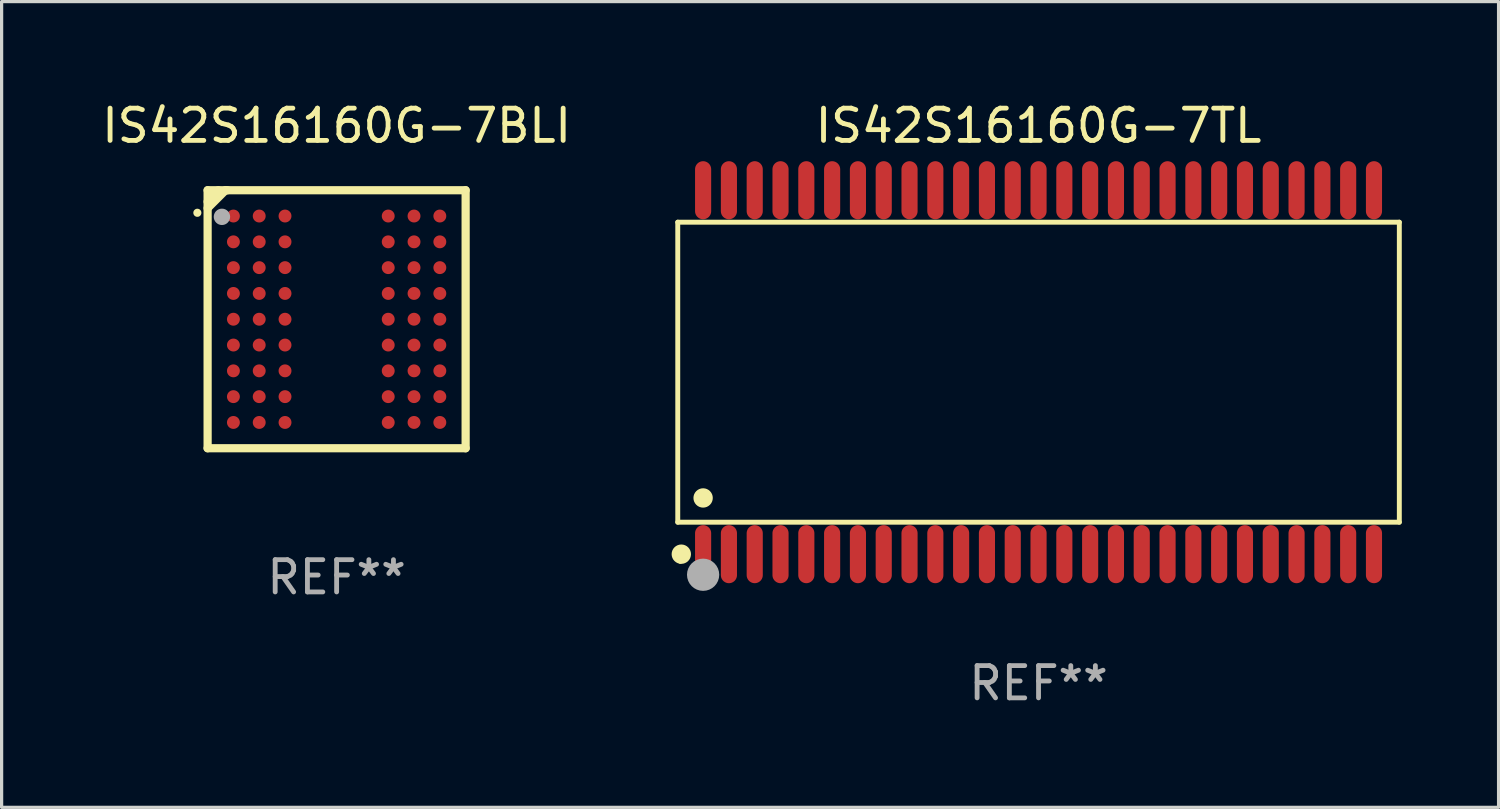
<source format=kicad_pcb>
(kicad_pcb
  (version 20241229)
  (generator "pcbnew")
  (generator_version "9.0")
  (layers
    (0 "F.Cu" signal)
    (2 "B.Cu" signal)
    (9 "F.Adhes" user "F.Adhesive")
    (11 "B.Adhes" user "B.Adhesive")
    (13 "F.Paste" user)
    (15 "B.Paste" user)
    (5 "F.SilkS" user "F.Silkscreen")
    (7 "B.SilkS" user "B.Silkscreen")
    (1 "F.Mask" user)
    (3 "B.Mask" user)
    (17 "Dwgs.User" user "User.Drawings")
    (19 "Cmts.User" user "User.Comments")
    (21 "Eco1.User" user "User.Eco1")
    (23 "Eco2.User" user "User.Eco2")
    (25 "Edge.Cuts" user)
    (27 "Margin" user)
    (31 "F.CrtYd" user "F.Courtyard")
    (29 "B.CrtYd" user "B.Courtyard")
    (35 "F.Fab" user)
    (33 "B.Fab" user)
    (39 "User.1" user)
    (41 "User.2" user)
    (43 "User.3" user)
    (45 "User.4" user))
  (footprint "IS42S16160G-7BLI"
    (layer "F.Cu")
    (at 7.387 6.848)
    (property "Reference" "IS42S16160G-7BLI" (at 0 -6 0) (layer "F.SilkS") (effects (font (size 1 1) (thickness 0.15))))
    (attr through_hole)
    (fp_line (start -4 -4) (end 4 -4) (stroke (width 0.254) (type solid)) (layer "F.SilkS"))
    (fp_line (start -4 4) (end -4 -4) (stroke (width 0.254) (type solid)) (layer "F.SilkS"))
    (fp_line (start -3.67 -4) (end -3.67 -3.975) (stroke (width 0.254) (type solid)) (layer "F.SilkS"))
    (fp_line (start -3.67 -3.975) (end -4 -3.645) (stroke (width 0.254) (type solid)) (layer "F.SilkS"))
    (fp_line (start -3.444 -4) (end -4 -3.444) (stroke (width 0.254) (type solid)) (layer "F.SilkS"))
    (fp_line (start -3.383 -4) (end -3.444 -4) (stroke (width 0.254) (type solid)) (layer "F.SilkS"))
    (fp_line (start 4 -4) (end 4 4) (stroke (width 0.254) (type solid)) (layer "F.SilkS"))
    (fp_line (start 4 4) (end -4 4) (stroke (width 0.254) (type solid)) (layer "F.SilkS"))
    (fp_arc (start -4.318009 -3.299467) (mid -4.318015 -3.300737) (end -4.318009 -3.302007) (stroke (width 0.25) (type solid)) (layer "F.SilkS"))
    (fp_circle (center -4 -4) (end -3.97 -4) (stroke (width 0.06) (type solid)) (fill no) (layer "F.SilkS"))
    (fp_circle (center -3.556 -3.175) (end -3.429 -3.175) (stroke (width 0.254) (type solid)) (fill no) (layer "F.Fab"))
    (fp_text user "REF**" (at 0 8 0) (layer "F.Fab") (effects (font (size 1 1) (thickness 0.15))))
    (pad "A1" smd circle (at -3.2 -3.2) (size 0.4 0.4) (layers "F.Cu" "F.Mask" "F.Paste"))
    (pad "A2" smd circle (at -2.4 -3.2) (size 0.4 0.4) (layers "F.Cu" "F.Mask" "F.Paste"))
    (pad "A3" smd circle (at -1.6 -3.2) (size 0.4 0.4) (layers "F.Cu" "F.Mask" "F.Paste"))
    (pad "A7" smd circle (at 1.6 -3.2) (size 0.4 0.4) (layers "F.Cu" "F.Mask" "F.Paste"))
    (pad "A8" smd circle (at 2.4 -3.2) (size 0.4 0.4) (layers "F.Cu" "F.Mask" "F.Paste"))
    (pad "A9" smd circle (at 3.2 -3.2) (size 0.4 0.4) (layers "F.Cu" "F.Mask" "F.Paste"))
    (pad "B1" smd circle (at -3.2 -2.4) (size 0.4 0.4) (layers "F.Cu" "F.Mask" "F.Paste"))
    (pad "B2" smd circle (at -2.4 -2.4) (size 0.4 0.4) (layers "F.Cu" "F.Mask" "F.Paste"))
    (pad "B3" smd circle (at -1.6 -2.4) (size 0.4 0.4) (layers "F.Cu" "F.Mask" "F.Paste"))
    (pad "B7" smd circle (at 1.6 -2.4) (size 0.4 0.4) (layers "F.Cu" "F.Mask" "F.Paste"))
    (pad "B8" smd circle (at 2.4 -2.4) (size 0.4 0.4) (layers "F.Cu" "F.Mask" "F.Paste"))
    (pad "B9" smd circle (at 3.2 -2.4) (size 0.4 0.4) (layers "F.Cu" "F.Mask" "F.Paste"))
    (pad "C1" smd circle (at -3.2 -1.6) (size 0.4 0.4) (layers "F.Cu" "F.Mask" "F.Paste"))
    (pad "C2" smd circle (at -2.4 -1.6) (size 0.4 0.4) (layers "F.Cu" "F.Mask" "F.Paste"))
    (pad "C3" smd circle (at -1.6 -1.6) (size 0.4 0.4) (layers "F.Cu" "F.Mask" "F.Paste"))
    (pad "C7" smd circle (at 1.6 -1.6) (size 0.4 0.4) (layers "F.Cu" "F.Mask" "F.Paste"))
    (pad "C8" smd circle (at 2.4 -1.6) (size 0.4 0.4) (layers "F.Cu" "F.Mask" "F.Paste"))
    (pad "C9" smd circle (at 3.2 -1.6) (size 0.4 0.4) (layers "F.Cu" "F.Mask" "F.Paste"))
    (pad "D1" smd circle (at -3.2 -0.8) (size 0.4 0.4) (layers "F.Cu" "F.Mask" "F.Paste"))
    (pad "D2" smd circle (at -2.4 -0.8) (size 0.4 0.4) (layers "F.Cu" "F.Mask" "F.Paste"))
    (pad "D3" smd circle (at -1.6 -0.8) (size 0.4 0.4) (layers "F.Cu" "F.Mask" "F.Paste"))
    (pad "D7" smd circle (at 1.6 -0.8) (size 0.4 0.4) (layers "F.Cu" "F.Mask" "F.Paste"))
    (pad "D8" smd circle (at 2.4 -0.8) (size 0.4 0.4) (layers "F.Cu" "F.Mask" "F.Paste"))
    (pad "D9" smd circle (at 3.2 -0.8) (size 0.4 0.4) (layers "F.Cu" "F.Mask" "F.Paste"))
    (pad "E1" smd circle (at -3.2 -0.000127) (size 0.4 0.4) (layers "F.Cu" "F.Mask" "F.Paste"))
    (pad "E2" smd circle (at -2.4 -0.000127) (size 0.4 0.4) (layers "F.Cu" "F.Mask" "F.Paste"))
    (pad "E3" smd circle (at -1.6 -0.000127) (size 0.4 0.4) (layers "F.Cu" "F.Mask" "F.Paste"))
    (pad "E7" smd circle (at 1.6 -0.000127) (size 0.4 0.4) (layers "F.Cu" "F.Mask" "F.Paste"))
    (pad "E8" smd circle (at 2.4 -0.000127) (size 0.4 0.4) (layers "F.Cu" "F.Mask" "F.Paste"))
    (pad "E9" smd circle (at 3.2 -0.000127) (size 0.4 0.4) (layers "F.Cu" "F.Mask" "F.Paste"))
    (pad "F1" smd circle (at -3.2 0.8) (size 0.4 0.4) (layers "F.Cu" "F.Mask" "F.Paste"))
    (pad "F2" smd circle (at -2.4 0.8) (size 0.4 0.4) (layers "F.Cu" "F.Mask" "F.Paste"))
    (pad "F3" smd circle (at -1.6 0.8) (size 0.4 0.4) (layers "F.Cu" "F.Mask" "F.Paste"))
    (pad "F7" smd circle (at 1.6 0.8) (size 0.4 0.4) (layers "F.Cu" "F.Mask" "F.Paste"))
    (pad "F8" smd circle (at 2.4 0.8) (size 0.4 0.4) (layers "F.Cu" "F.Mask" "F.Paste"))
    (pad "F9" smd circle (at 3.2 0.8) (size 0.4 0.4) (layers "F.Cu" "F.Mask" "F.Paste"))
    (pad "G1" smd circle (at -3.2 1.6) (size 0.4 0.4) (layers "F.Cu" "F.Mask" "F.Paste"))
    (pad "G2" smd circle (at -2.4 1.6) (size 0.4 0.4) (layers "F.Cu" "F.Mask" "F.Paste"))
    (pad "G3" smd circle (at -1.6 1.6) (size 0.4 0.4) (layers "F.Cu" "F.Mask" "F.Paste"))
    (pad "G7" smd circle (at 1.6 1.6) (size 0.4 0.4) (layers "F.Cu" "F.Mask" "F.Paste"))
    (pad "G8" smd circle (at 2.4 1.6) (size 0.4 0.4) (layers "F.Cu" "F.Mask" "F.Paste"))
    (pad "G9" smd circle (at 3.2 1.6) (size 0.4 0.4) (layers "F.Cu" "F.Mask" "F.Paste"))
    (pad "H1" smd circle (at -3.2 2.4) (size 0.4 0.4) (layers "F.Cu" "F.Mask" "F.Paste"))
    (pad "H2" smd circle (at -2.4 2.4) (size 0.4 0.4) (layers "F.Cu" "F.Mask" "F.Paste"))
    (pad "H3" smd circle (at -1.6 2.4) (size 0.4 0.4) (layers "F.Cu" "F.Mask" "F.Paste"))
    (pad "H7" smd circle (at 1.6 2.4) (size 0.4 0.4) (layers "F.Cu" "F.Mask" "F.Paste"))
    (pad "H8" smd circle (at 2.4 2.4) (size 0.4 0.4) (layers "F.Cu" "F.Mask" "F.Paste"))
    (pad "H9" smd circle (at 3.2 2.4) (size 0.4 0.4) (layers "F.Cu" "F.Mask" "F.Paste"))
    (pad "J1" smd circle (at -3.2 3.2) (size 0.4 0.4) (layers "F.Cu" "F.Mask" "F.Paste"))
    (pad "J2" smd circle (at -2.4 3.2) (size 0.4 0.4) (layers "F.Cu" "F.Mask" "F.Paste"))
    (pad "J3" smd circle (at -1.6 3.2) (size 0.4 0.4) (layers "F.Cu" "F.Mask" "F.Paste"))
    (pad "J7" smd circle (at 1.6 3.2) (size 0.4 0.4) (layers "F.Cu" "F.Mask" "F.Paste"))
    (pad "J8" smd circle (at 2.4 3.2) (size 0.4 0.4) (layers "F.Cu" "F.Mask" "F.Paste"))
    (pad "J9" smd circle (at 3.2 3.2) (size 0.4 0.4) (layers "F.Cu" "F.Mask" "F.Paste")))
  (footprint "IS42S16160G-7TL"
    (layer "F.Cu")
    (at 29.15 8.49)
    (property "Reference" "IS42S16160G-7TL" (at 0 -7.642 0) (layer "F.SilkS") (effects (font (size 1 1) (thickness 0.15))))
    (attr through_hole)
    (fp_line (start -11.186 -4.651) (end 11.186 -4.651) (stroke (width 0.152) (type solid)) (layer "F.SilkS"))
    (fp_line (start -11.186 4.651) (end -11.186 -4.651) (stroke (width 0.152) (type solid)) (layer "F.SilkS"))
    (fp_line (start 11.186 -4.651) (end 11.186 4.651) (stroke (width 0.152) (type solid)) (layer "F.SilkS"))
    (fp_line (start 11.186 4.651) (end -11.186 4.651) (stroke (width 0.152) (type solid)) (layer "F.SilkS"))
    (fp_circle (center -11.11 5.88) (end -11.08 5.88) (stroke (width 0.06) (type solid)) (fill no) (layer "F.SilkS"))
    (fp_circle (center -11.076 5.642) (end -10.926 5.642) (stroke (width 0.3) (type solid)) (fill no) (layer "F.SilkS"))
    (fp_circle (center -10.4 3.899) (end -10.25 3.899) (stroke (width 0.3) (type solid)) (fill no) (layer "F.SilkS"))
    (fp_circle (center -10.4 6.28) (end -10.15 6.28) (stroke (width 0.5) (type solid)) (fill no) (layer "F.Fab"))
    (fp_text user "REF**" (at 0 9.642 0) (layer "F.Fab") (effects (font (size 1 1) (thickness 0.15))))
    (pad "1" smd oval (at -10.4 5.642) (size 0.5 1.8) (layers "F.Cu" "F.Mask" "F.Paste"))
    (pad "2" smd oval (at -9.6 5.642) (size 0.5 1.8) (layers "F.Cu" "F.Mask" "F.Paste"))
    (pad "3" smd oval (at -8.8 5.642) (size 0.5 1.8) (layers "F.Cu" "F.Mask" "F.Paste"))
    (pad "4" smd oval (at -8 5.642) (size 0.5 1.8) (layers "F.Cu" "F.Mask" "F.Paste"))
    (pad "5" smd oval (at -7.2 5.642) (size 0.5 1.8) (layers "F.Cu" "F.Mask" "F.Paste"))
    (pad "6" smd oval (at -6.4 5.642) (size 0.5 1.8) (layers "F.Cu" "F.Mask" "F.Paste"))
    (pad "7" smd oval (at -5.6 5.642) (size 0.5 1.8) (layers "F.Cu" "F.Mask" "F.Paste"))
    (pad "8" smd oval (at -4.8 5.642) (size 0.5 1.8) (layers "F.Cu" "F.Mask" "F.Paste"))
    (pad "9" smd oval (at -4 5.642) (size 0.5 1.8) (layers "F.Cu" "F.Mask" "F.Paste"))
    (pad "10" smd oval (at -3.2 5.642) (size 0.5 1.8) (layers "F.Cu" "F.Mask" "F.Paste"))
    (pad "11" smd oval (at -2.4 5.642) (size 0.5 1.8) (layers "F.Cu" "F.Mask" "F.Paste"))
    (pad "12" smd oval (at -1.6 5.642) (size 0.5 1.8) (layers "F.Cu" "F.Mask" "F.Paste"))
    (pad "13" smd oval (at -0.8 5.642) (size 0.5 1.8) (layers "F.Cu" "F.Mask" "F.Paste"))
    (pad "14" smd oval (at 0 5.642) (size 0.5 1.8) (layers "F.Cu" "F.Mask" "F.Paste"))
    (pad "15" smd oval (at 0.8 5.642) (size 0.5 1.8) (layers "F.Cu" "F.Mask" "F.Paste"))
    (pad "16" smd oval (at 1.6 5.642) (size 0.5 1.8) (layers "F.Cu" "F.Mask" "F.Paste"))
    (pad "17" smd oval (at 2.4 5.642) (size 0.5 1.8) (layers "F.Cu" "F.Mask" "F.Paste"))
    (pad "18" smd oval (at 3.2 5.642) (size 0.5 1.8) (layers "F.Cu" "F.Mask" "F.Paste"))
    (pad "19" smd oval (at 4 5.642) (size 0.5 1.8) (layers "F.Cu" "F.Mask" "F.Paste"))
    (pad "20" smd oval (at 4.8 5.642) (size 0.5 1.8) (layers "F.Cu" "F.Mask" "F.Paste"))
    (pad "21" smd oval (at 5.6 5.642) (size 0.5 1.8) (layers "F.Cu" "F.Mask" "F.Paste"))
    (pad "22" smd oval (at 6.4 5.642) (size 0.5 1.8) (layers "F.Cu" "F.Mask" "F.Paste"))
    (pad "23" smd oval (at 7.2 5.642) (size 0.5 1.8) (layers "F.Cu" "F.Mask" "F.Paste"))
    (pad "24" smd oval (at 8 5.642) (size 0.5 1.8) (layers "F.Cu" "F.Mask" "F.Paste"))
    (pad "25" smd oval (at 8.8 5.642) (size 0.5 1.8) (layers "F.Cu" "F.Mask" "F.Paste"))
    (pad "26" smd oval (at 9.6 5.642) (size 0.5 1.8) (layers "F.Cu" "F.Mask" "F.Paste"))
    (pad "27" smd oval (at 10.4 5.642) (size 0.5 1.8) (layers "F.Cu" "F.Mask" "F.Paste"))
    (pad "28" smd oval (at 10.4 -5.642) (size 0.5 1.8) (layers "F.Cu" "F.Mask" "F.Paste"))
    (pad "29" smd oval (at 9.6 -5.642) (size 0.5 1.8) (layers "F.Cu" "F.Mask" "F.Paste"))
    (pad "30" smd oval (at 8.8 -5.642) (size 0.5 1.8) (layers "F.Cu" "F.Mask" "F.Paste"))
    (pad "31" smd oval (at 8 -5.642) (size 0.5 1.8) (layers "F.Cu" "F.Mask" "F.Paste"))
    (pad "32" smd oval (at 7.2 -5.642) (size 0.5 1.8) (layers "F.Cu" "F.Mask" "F.Paste"))
    (pad "33" smd oval (at 6.4 -5.642) (size 0.5 1.8) (layers "F.Cu" "F.Mask" "F.Paste"))
    (pad "34" smd oval (at 5.6 -5.642) (size 0.5 1.8) (layers "F.Cu" "F.Mask" "F.Paste"))
    (pad "35" smd oval (at 4.8 -5.642) (size 0.5 1.8) (layers "F.Cu" "F.Mask" "F.Paste"))
    (pad "36" smd oval (at 4 -5.642) (size 0.5 1.8) (layers "F.Cu" "F.Mask" "F.Paste"))
    (pad "37" smd oval (at 3.2 -5.642) (size 0.5 1.8) (layers "F.Cu" "F.Mask" "F.Paste"))
    (pad "38" smd oval (at 2.4 -5.642) (size 0.5 1.8) (layers "F.Cu" "F.Mask" "F.Paste"))
    (pad "39" smd oval (at 1.6 -5.642) (size 0.5 1.8) (layers "F.Cu" "F.Mask" "F.Paste"))
    (pad "40" smd oval (at 0.8 -5.642) (size 0.5 1.8) (layers "F.Cu" "F.Mask" "F.Paste"))
    (pad "41" smd oval (at 0 -5.642) (size 0.5 1.8) (layers "F.Cu" "F.Mask" "F.Paste"))
    (pad "42" smd oval (at -0.8 -5.642) (size 0.5 1.8) (layers "F.Cu" "F.Mask" "F.Paste"))
    (pad "43" smd oval (at -1.6 -5.642) (size 0.5 1.8) (layers "F.Cu" "F.Mask" "F.Paste"))
    (pad "44" smd oval (at -2.4 -5.642) (size 0.5 1.8) (layers "F.Cu" "F.Mask" "F.Paste"))
    (pad "45" smd oval (at -3.2 -5.642) (size 0.5 1.8) (layers "F.Cu" "F.Mask" "F.Paste"))
    (pad "46" smd oval (at -4 -5.642) (size 0.5 1.8) (layers "F.Cu" "F.Mask" "F.Paste"))
    (pad "47" smd oval (at -4.8 -5.642) (size 0.5 1.8) (layers "F.Cu" "F.Mask" "F.Paste"))
    (pad "48" smd oval (at -5.6 -5.642) (size 0.5 1.8) (layers "F.Cu" "F.Mask" "F.Paste"))
    (pad "49" smd oval (at -6.4 -5.642) (size 0.5 1.8) (layers "F.Cu" "F.Mask" "F.Paste"))
    (pad "50" smd oval (at -7.2 -5.642) (size 0.5 1.8) (layers "F.Cu" "F.Mask" "F.Paste"))
    (pad "51" smd oval (at -8 -5.642) (size 0.5 1.8) (layers "F.Cu" "F.Mask" "F.Paste"))
    (pad "52" smd oval (at -8.8 -5.642) (size 0.5 1.8) (layers "F.Cu" "F.Mask" "F.Paste"))
    (pad "53" smd oval (at -9.6 -5.642) (size 0.5 1.8) (layers "F.Cu" "F.Mask" "F.Paste"))
    (pad "54" smd oval (at -10.4 -5.642) (size 0.5 1.8) (layers "F.Cu" "F.Mask" "F.Paste")))
  (gr_rect
    (start -3 -3)
    (end 43.413 21.981)
    (stroke (width 0.1) (type default))
    (fill no)
    (layer "Edge.Cuts")))
</source>
